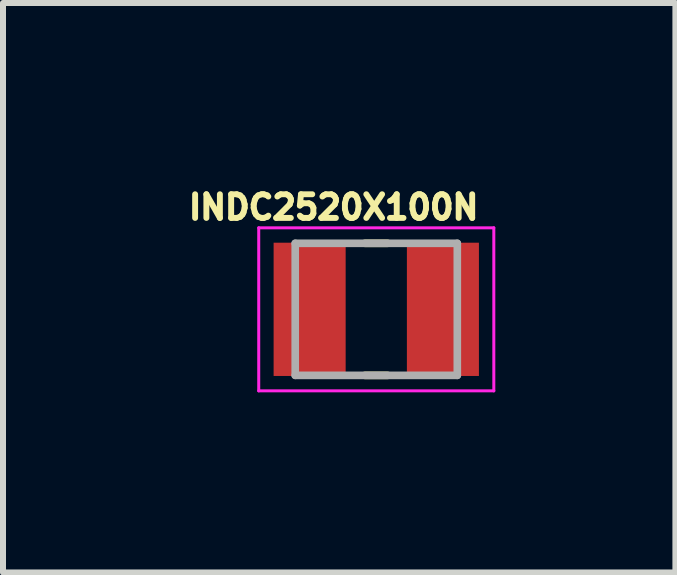
<source format=kicad_pcb>
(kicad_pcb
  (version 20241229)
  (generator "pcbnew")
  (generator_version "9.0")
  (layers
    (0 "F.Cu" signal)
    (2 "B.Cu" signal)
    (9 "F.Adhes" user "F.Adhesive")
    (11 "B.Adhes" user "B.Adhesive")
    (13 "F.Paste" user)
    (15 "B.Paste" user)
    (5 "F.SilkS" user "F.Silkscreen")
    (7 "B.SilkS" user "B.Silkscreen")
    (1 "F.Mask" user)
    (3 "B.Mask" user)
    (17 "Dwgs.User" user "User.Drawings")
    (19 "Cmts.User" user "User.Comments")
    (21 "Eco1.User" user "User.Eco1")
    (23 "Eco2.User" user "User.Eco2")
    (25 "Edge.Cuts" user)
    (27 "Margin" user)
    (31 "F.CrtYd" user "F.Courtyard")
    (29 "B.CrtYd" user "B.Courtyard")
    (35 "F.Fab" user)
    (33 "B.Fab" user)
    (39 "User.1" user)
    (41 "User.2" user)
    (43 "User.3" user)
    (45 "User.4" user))
  (footprint "INDC2520X100N"
    (layer "F.Cu")
    (at 3.218 2.103)
    (property "Reference" "INDC2520X100N" (at -0.71 -1.7 0) (layer "F.SilkS") (effects (font (size 0.394 0.394) (thickness 0.15))))
    (attr smd)
    (fp_line (start -0.19 -1.1) (end 0.19 -1.1) (stroke (width 0.127) (type solid)) (layer "F.SilkS"))
    (fp_line (start -0.19 1.1) (end 0.19 1.1) (stroke (width 0.127) (type solid)) (layer "F.SilkS"))
    (fp_line (start -1.958 -1.358) (end 1.958 -1.358) (stroke (width 0.05) (type solid)) (layer "F.CrtYd"))
    (fp_line (start -1.958 1.358) (end -1.958 -1.358) (stroke (width 0.05) (type solid)) (layer "F.CrtYd"))
    (fp_line (start -1.958 1.358) (end 1.958 1.358) (stroke (width 0.05) (type solid)) (layer "F.CrtYd"))
    (fp_line (start 1.958 1.358) (end 1.958 -1.358) (stroke (width 0.05) (type solid)) (layer "F.CrtYd"))
    (fp_line (start -1.35 1.1) (end -1.35 -1.1) (stroke (width 0.127) (type solid)) (layer "F.Fab"))
    (fp_line (start 1.35 -1.1) (end -1.35 -1.1) (stroke (width 0.127) (type solid)) (layer "F.Fab"))
    (fp_line (start 1.35 1.1) (end -1.35 1.1) (stroke (width 0.127) (type solid)) (layer "F.Fab"))
    (fp_line (start 1.35 1.1) (end 1.35 -1.1) (stroke (width 0.127) (type solid)) (layer "F.Fab"))
    (pad "1" smd rect (at -1.11 0) (size 1.2 2.22) (layers "F.Cu" "F.Mask" "F.Paste"))
    (pad "2" smd rect (at 1.11 0) (size 1.2 2.22) (layers "F.Cu" "F.Mask" "F.Paste")))
  (gr_rect
    (start -3 -3)
    (end 8.201 6.486)
    (stroke (width 0.1) (type default))
    (fill no)
    (layer "Edge.Cuts")))
</source>
